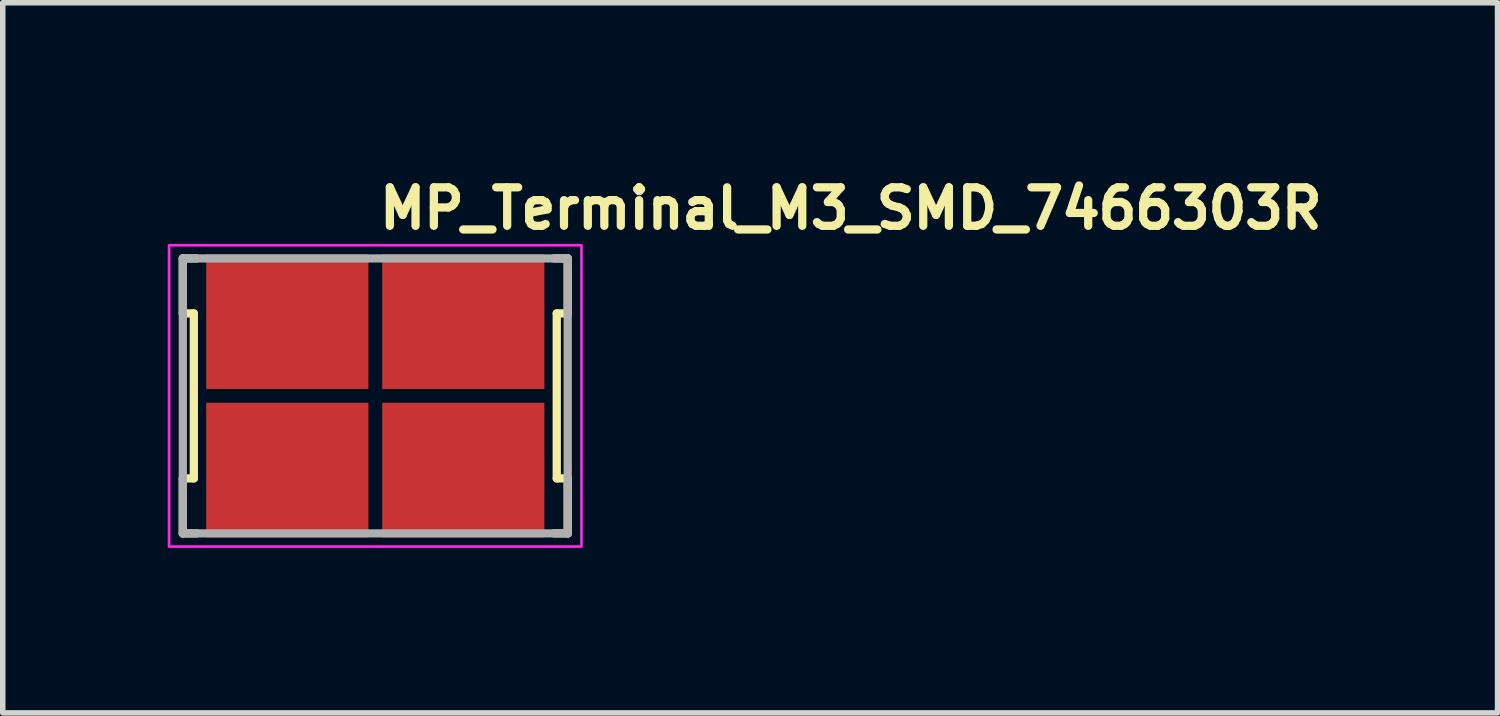
<source format=kicad_pcb>
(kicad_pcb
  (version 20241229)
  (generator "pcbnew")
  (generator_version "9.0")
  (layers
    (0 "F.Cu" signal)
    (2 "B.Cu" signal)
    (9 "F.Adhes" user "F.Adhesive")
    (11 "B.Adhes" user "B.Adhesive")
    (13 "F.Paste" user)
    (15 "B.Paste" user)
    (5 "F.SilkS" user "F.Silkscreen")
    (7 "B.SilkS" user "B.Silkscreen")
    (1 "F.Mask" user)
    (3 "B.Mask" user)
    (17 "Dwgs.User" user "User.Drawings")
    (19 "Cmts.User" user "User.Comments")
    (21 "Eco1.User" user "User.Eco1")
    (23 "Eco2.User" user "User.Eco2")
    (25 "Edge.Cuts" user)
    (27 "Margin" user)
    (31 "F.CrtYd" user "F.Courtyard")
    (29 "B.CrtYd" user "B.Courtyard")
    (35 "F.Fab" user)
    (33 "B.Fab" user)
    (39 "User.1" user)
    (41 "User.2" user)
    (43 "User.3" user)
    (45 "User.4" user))
  (footprint "MP_Terminal_M3_SMD_7466303R"
    (layer "F.Cu")
    (at 3.775 4.15)
    (property "Reference" "MP_Terminal_M3_SMD_7466303R" (at 0 -3 0) (layer "F.SilkS") (effects (font (size 0.7 0.7) (thickness 0.15)) (justify left bottom)))
    (attr smd)
    (fp_line (start -3.5 -2.5) (end -3.5 -1.5) (stroke (width 0.15) (type solid)) (layer "F.SilkS"))
    (fp_line (start -3.5 -2.5) (end -3.25 -2.5) (stroke (width 0.15) (type solid)) (layer "F.SilkS"))
    (fp_line (start -3.5 -1.5) (end -3.3 -1.5) (stroke (width 0.15) (type solid)) (layer "F.SilkS"))
    (fp_line (start -3.5 1.5) (end -3.5 2.5) (stroke (width 0.15) (type solid)) (layer "F.SilkS"))
    (fp_line (start -3.5 2.5) (end -3.25 2.5) (stroke (width 0.15) (type solid)) (layer "F.SilkS"))
    (fp_line (start -3.3 -1.5) (end -3.3 1.5) (stroke (width 0.15) (type solid)) (layer "F.SilkS"))
    (fp_line (start -3.3 1.5) (end -3.5 1.5) (stroke (width 0.15) (type solid)) (layer "F.SilkS"))
    (fp_line (start 3.3 -1.5) (end 3.3 1.5) (stroke (width 0.15) (type solid)) (layer "F.SilkS"))
    (fp_line (start 3.3 1.5) (end 3.5 1.5) (stroke (width 0.15) (type solid)) (layer "F.SilkS"))
    (fp_line (start 3.5 -2.5) (end 3.25 -2.5) (stroke (width 0.15) (type solid)) (layer "F.SilkS"))
    (fp_line (start 3.5 -2.5) (end 3.5 -1.5) (stroke (width 0.15) (type solid)) (layer "F.SilkS"))
    (fp_line (start 3.5 -1.5) (end 3.3 -1.5) (stroke (width 0.15) (type solid)) (layer "F.SilkS"))
    (fp_line (start 3.5 1.5) (end 3.5 2.5) (stroke (width 0.15) (type solid)) (layer "F.SilkS"))
    (fp_line (start 3.5 2.5) (end 3.25 2.5) (stroke (width 0.15) (type solid)) (layer "F.SilkS"))
    (fp_rect (start -3.75 -2.74) (end 3.75 2.74) (stroke (width 0.05) (type solid)) (fill no) (layer "F.CrtYd"))
    (fp_line (start -3.5 -2.5) (end 3.5 -2.5) (stroke (width 0.15) (type solid)) (layer "F.Fab"))
    (fp_line (start -3.5 2.5) (end -3.5 -2.5) (stroke (width 0.15) (type solid)) (layer "F.Fab"))
    (fp_line (start 3.5 -2.5) (end 3.5 2.5) (stroke (width 0.15) (type solid)) (layer "F.Fab"))
    (fp_line (start 3.5 2.5) (end -3.5 2.5) (stroke (width 0.15) (type solid)) (layer "F.Fab"))
    (fp_rect (start -3.5 -2.49) (end 3.5 2.49) (stroke (width 0.1) (type solid)) (fill no) (layer "User.5"))
    (fp_line (start -3.5 2.49) (end -3.5 -2.49) (stroke (width 0.02) (type solid)) (layer "User.9"))
    (fp_line (start 3.5 -2.49) (end -3.5 -2.49) (stroke (width 0.02) (type solid)) (layer "User.9"))
    (fp_line (start 3.5 2.49) (end -3.5 2.49) (stroke (width 0.02) (type solid)) (layer "User.9"))
    (fp_line (start 3.5 2.49) (end 3.5 -2.49) (stroke (width 0.02) (type solid)) (layer "User.9"))
    (pad "1" smd rect (at -1.6 -1.35 180) (size 2.95 2.45) (layers "F.Cu" "F.Mask" "F.Paste"))
    (pad "1" smd rect (at -1.6 1.35 180) (size 2.95 2.45) (layers "F.Cu" "F.Mask" "F.Paste"))
    (pad "1" smd rect (at 1.6 -1.35 180) (size 2.95 2.45) (layers "F.Cu" "F.Mask" "F.Paste"))
    (pad "1" smd rect (at 1.6 1.35 180) (size 2.95 2.45) (layers "F.Cu" "F.Mask" "F.Paste")))
  (gr_rect
    (start -3 -3)
    (end 24.185 9.915)
    (stroke (width 0.1) (type default))
    (fill no)
    (layer "Edge.Cuts")))
</source>
